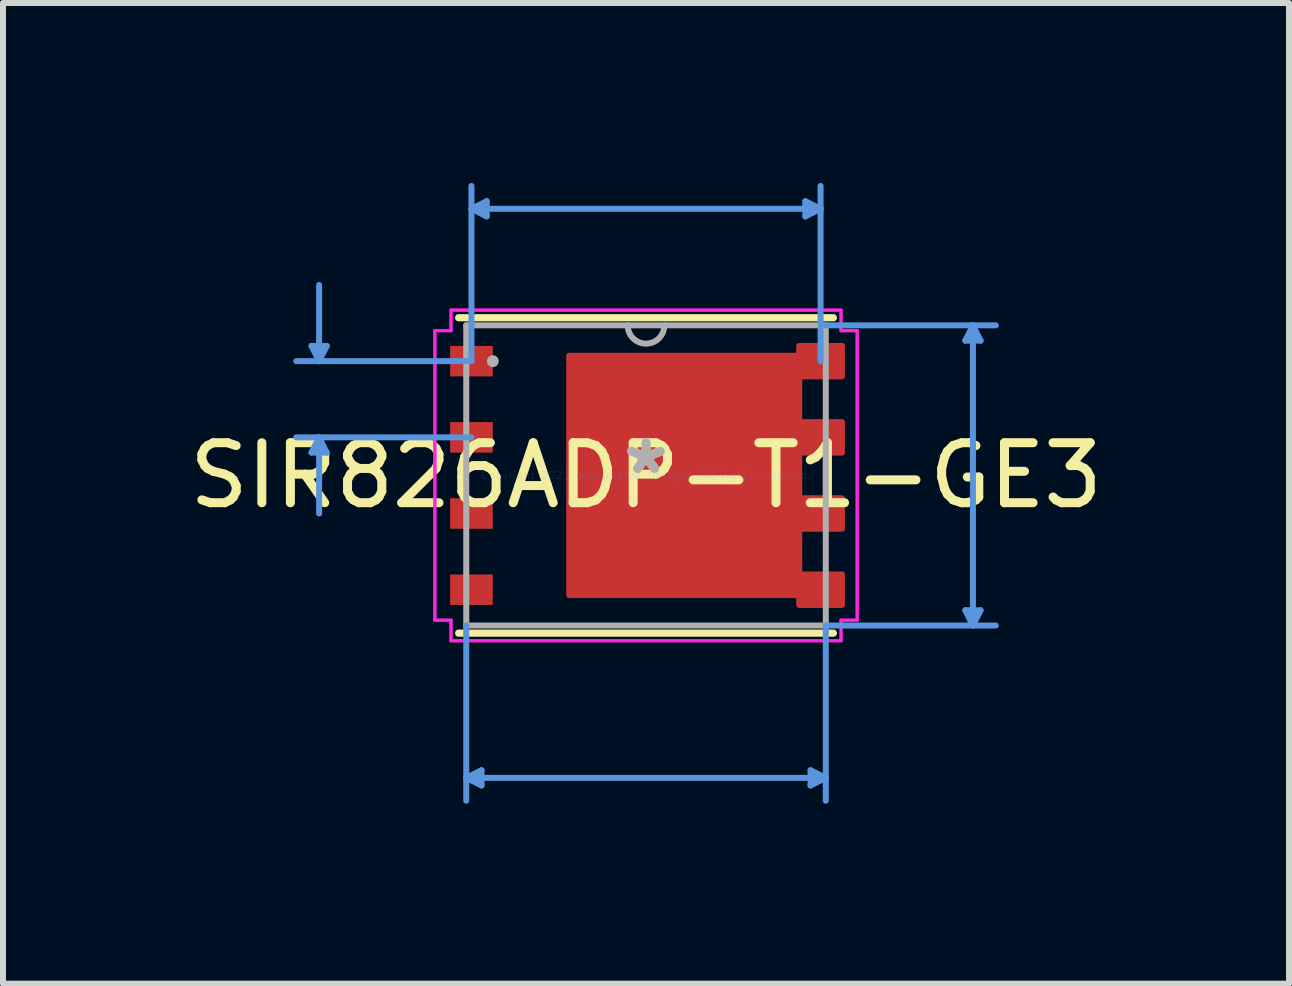
<source format=kicad_pcb>
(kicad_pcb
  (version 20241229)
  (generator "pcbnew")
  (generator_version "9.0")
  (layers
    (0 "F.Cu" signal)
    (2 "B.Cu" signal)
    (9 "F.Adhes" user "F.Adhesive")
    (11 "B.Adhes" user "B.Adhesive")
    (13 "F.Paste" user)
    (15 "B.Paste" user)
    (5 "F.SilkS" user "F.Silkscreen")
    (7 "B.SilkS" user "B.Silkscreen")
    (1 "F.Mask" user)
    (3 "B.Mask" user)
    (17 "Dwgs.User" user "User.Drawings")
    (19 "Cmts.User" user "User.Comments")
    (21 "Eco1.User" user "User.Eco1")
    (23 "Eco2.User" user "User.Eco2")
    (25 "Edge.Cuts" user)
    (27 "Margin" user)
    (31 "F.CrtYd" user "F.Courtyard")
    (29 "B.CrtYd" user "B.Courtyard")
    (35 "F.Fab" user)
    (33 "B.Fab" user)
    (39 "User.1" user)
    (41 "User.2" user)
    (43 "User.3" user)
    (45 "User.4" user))
  (footprint "SIR826ADP-T1-GE3"
    (layer "F.Cu")
    (at 7.72 4.876)
    (property "Reference" "SIR826ADP-T1-GE3" (at 0 0 0) (layer "F.SilkS") (effects (font (size 1 1) (thickness 0.15))))
    (attr through_hole)
    (fp_poly (pts (xy -1.281 -1.994) (xy 2.554 -1.994) (xy 2.554 -2.159) (xy 3.266 -2.159) (xy 3.266 -1.651) (xy 2.554 -1.651) (xy 2.554 -0.889) (xy 3.266 -0.889) (xy 3.266 -0.381) (xy 2.554 -0.381) (xy 2.554 0.381) (xy 3.266 0.381) (xy 3.266 0.889) (xy 2.554 0.889) (xy 2.554 1.651) (xy 3.266 1.651) (xy 3.266 2.159) (xy 2.554 2.159) (xy 2.554 1.994) (xy -1.281 1.994)) (stroke (width 0.1) (type solid)) (fill yes) (layer "F.Cu"))
    (fp_poly (pts (xy -1.281 -1.994) (xy 2.554 -1.994) (xy 2.554 -2.159) (xy 3.266 -2.159) (xy 3.266 -1.651) (xy 2.554 -1.651) (xy 2.554 -0.889) (xy 3.266 -0.889) (xy 3.266 -0.381) (xy 2.554 -0.381) (xy 2.554 0.381) (xy 3.266 0.381) (xy 3.266 0.889) (xy 2.554 0.889) (xy 2.554 1.651) (xy 3.266 1.651) (xy 3.266 2.159) (xy 2.554 2.159) (xy 2.554 1.994) (xy -1.281 1.994)) (stroke (width 0.1) (type solid)) (fill yes) (layer "F.Mask"))
    (fp_line (start -3.124 2.629) (end 3.124 2.629) (stroke (width 0.12) (type solid)) (layer "F.SilkS"))
    (fp_line (start 3.124 -2.629) (end -3.124 -2.629) (stroke (width 0.12) (type solid)) (layer "F.SilkS"))
    (fp_poly (pts (xy -1.818 -1.894) (xy -1.818 -0.765) (xy -0.739 -0.765) (xy -0.739 -1.894)) (stroke (width 0.1) (type solid)) (fill yes) (layer "F.Paste"))
    (fp_poly (pts (xy -1.818 -0.565) (xy -1.818 0.565) (xy -0.739 0.565) (xy -0.739 -0.565)) (stroke (width 0.1) (type solid)) (fill yes) (layer "F.Paste"))
    (fp_poly (pts (xy -1.818 0.765) (xy -1.818 1.894) (xy -0.739 1.894) (xy -0.739 0.765)) (stroke (width 0.1) (type solid)) (fill yes) (layer "F.Paste"))
    (fp_poly (pts (xy -0.539 -1.894) (xy -0.539 -0.765) (xy 0.539 -0.765) (xy 0.539 -1.894)) (stroke (width 0.1) (type solid)) (fill yes) (layer "F.Paste"))
    (fp_poly (pts (xy -0.539 -0.565) (xy -0.539 0.565) (xy 0.539 0.565) (xy 0.539 -0.565)) (stroke (width 0.1) (type solid)) (fill yes) (layer "F.Paste"))
    (fp_poly (pts (xy -0.539 0.765) (xy -0.539 1.894) (xy 0.539 1.894) (xy 0.539 0.765)) (stroke (width 0.1) (type solid)) (fill yes) (layer "F.Paste"))
    (fp_poly (pts (xy 0.739 -1.894) (xy 0.739 -0.765) (xy 1.818 -0.765) (xy 1.818 -1.894)) (stroke (width 0.1) (type solid)) (fill yes) (layer "F.Paste"))
    (fp_poly (pts (xy 0.739 -0.565) (xy 0.739 0.565) (xy 1.818 0.565) (xy 1.818 -0.565)) (stroke (width 0.1) (type solid)) (fill yes) (layer "F.Paste"))
    (fp_poly (pts (xy 0.739 0.765) (xy 0.739 1.894) (xy 1.818 1.894) (xy 1.818 0.765)) (stroke (width 0.1) (type solid)) (fill yes) (layer "F.Paste"))
    (fp_poly (pts (xy -1.281 -1.994) (xy 2.554 -1.994) (xy 2.554 -2.159) (xy 3.266 -2.159) (xy 3.266 -1.651) (xy 2.554 -1.651) (xy 2.554 -0.889) (xy 3.266 -0.889) (xy 3.266 -0.381) (xy 2.554 -0.381) (xy 2.554 0.381) (xy 3.266 0.381) (xy 3.266 0.889) (xy 2.554 0.889) (xy 2.554 1.651) (xy 3.266 1.651) (xy 3.266 2.159) (xy 2.554 2.159) (xy 2.554 1.994) (xy -1.281 1.994)) (stroke (width 0.1) (type solid)) (fill yes) (layer "F.Paste"))
    (fp_line (start -5.577 -2.159) (end -5.323 -2.159) (stroke (width 0.1) (type solid)) (layer "Cmts.User"))
    (fp_line (start -5.577 -0.381) (end -5.323 -0.381) (stroke (width 0.1) (type solid)) (layer "Cmts.User"))
    (fp_line (start -5.45 -1.905) (end -5.577 -2.159) (stroke (width 0.1) (type solid)) (layer "Cmts.User"))
    (fp_line (start -5.45 -1.905) (end -5.45 -3.175) (stroke (width 0.1) (type solid)) (layer "Cmts.User"))
    (fp_line (start -5.45 -1.905) (end -5.323 -2.159) (stroke (width 0.1) (type solid)) (layer "Cmts.User"))
    (fp_line (start -5.45 -0.635) (end -5.577 -0.381) (stroke (width 0.1) (type solid)) (layer "Cmts.User"))
    (fp_line (start -5.45 -0.635) (end -5.45 0.635) (stroke (width 0.1) (type solid)) (layer "Cmts.User"))
    (fp_line (start -5.45 -0.635) (end -5.323 -0.381) (stroke (width 0.1) (type solid)) (layer "Cmts.User"))
    (fp_line (start -2.997 2.502) (end -2.997 5.423) (stroke (width 0.1) (type solid)) (layer "Cmts.User"))
    (fp_line (start -2.997 5.042) (end -2.743 4.915) (stroke (width 0.1) (type solid)) (layer "Cmts.User"))
    (fp_line (start -2.997 5.042) (end -2.743 5.169) (stroke (width 0.1) (type solid)) (layer "Cmts.User"))
    (fp_line (start -2.997 5.042) (end 2.997 5.042) (stroke (width 0.1) (type solid)) (layer "Cmts.User"))
    (fp_line (start -2.91 -4.445) (end -2.656 -4.572) (stroke (width 0.1) (type solid)) (layer "Cmts.User"))
    (fp_line (start -2.91 -4.445) (end -2.656 -4.318) (stroke (width 0.1) (type solid)) (layer "Cmts.User"))
    (fp_line (start -2.91 -4.445) (end 2.91 -4.445) (stroke (width 0.1) (type solid)) (layer "Cmts.User"))
    (fp_line (start -2.91 -1.905) (end -5.831 -1.905) (stroke (width 0.1) (type solid)) (layer "Cmts.User"))
    (fp_line (start -2.91 -1.905) (end -2.91 -4.826) (stroke (width 0.1) (type solid)) (layer "Cmts.User"))
    (fp_line (start -2.91 -0.635) (end -5.831 -0.635) (stroke (width 0.1) (type solid)) (layer "Cmts.User"))
    (fp_line (start -2.743 4.915) (end -2.743 5.169) (stroke (width 0.1) (type solid)) (layer "Cmts.User"))
    (fp_line (start -2.656 -4.572) (end -2.656 -4.318) (stroke (width 0.1) (type solid)) (layer "Cmts.User"))
    (fp_line (start 2.656 -4.572) (end 2.656 -4.318) (stroke (width 0.1) (type solid)) (layer "Cmts.User"))
    (fp_line (start 2.743 4.915) (end 2.743 5.169) (stroke (width 0.1) (type solid)) (layer "Cmts.User"))
    (fp_line (start 2.91 -4.445) (end 2.656 -4.572) (stroke (width 0.1) (type solid)) (layer "Cmts.User"))
    (fp_line (start 2.91 -4.445) (end 2.656 -4.318) (stroke (width 0.1) (type solid)) (layer "Cmts.User"))
    (fp_line (start 2.91 -1.905) (end 2.91 -4.826) (stroke (width 0.1) (type solid)) (layer "Cmts.User"))
    (fp_line (start 2.997 -2.502) (end 5.831 -2.502) (stroke (width 0.1) (type solid)) (layer "Cmts.User"))
    (fp_line (start 2.997 2.502) (end 2.997 5.423) (stroke (width 0.1) (type solid)) (layer "Cmts.User"))
    (fp_line (start 2.997 2.502) (end 5.831 2.502) (stroke (width 0.1) (type solid)) (layer "Cmts.User"))
    (fp_line (start 2.997 5.042) (end 2.743 4.915) (stroke (width 0.1) (type solid)) (layer "Cmts.User"))
    (fp_line (start 2.997 5.042) (end 2.743 5.169) (stroke (width 0.1) (type solid)) (layer "Cmts.User"))
    (fp_line (start 5.323 -2.248) (end 5.577 -2.248) (stroke (width 0.1) (type solid)) (layer "Cmts.User"))
    (fp_line (start 5.323 2.248) (end 5.577 2.248) (stroke (width 0.1) (type solid)) (layer "Cmts.User"))
    (fp_line (start 5.45 -2.502) (end 5.323 -2.248) (stroke (width 0.1) (type solid)) (layer "Cmts.User"))
    (fp_line (start 5.45 -2.502) (end 5.45 2.502) (stroke (width 0.1) (type solid)) (layer "Cmts.User"))
    (fp_line (start 5.45 -2.502) (end 5.577 -2.248) (stroke (width 0.1) (type solid)) (layer "Cmts.User"))
    (fp_line (start 5.45 2.502) (end 5.323 2.248) (stroke (width 0.1) (type solid)) (layer "Cmts.User"))
    (fp_line (start 5.45 2.502) (end 5.577 2.248) (stroke (width 0.1) (type solid)) (layer "Cmts.User"))
    (fp_line (start -3.52 -2.413) (end -3.251 -2.413) (stroke (width 0.05) (type solid)) (layer "F.CrtYd"))
    (fp_line (start -3.52 -2.413) (end -3.251 -2.413) (stroke (width 0.05) (type solid)) (layer "F.CrtYd"))
    (fp_line (start -3.52 2.413) (end -3.52 -2.413) (stroke (width 0.05) (type solid)) (layer "F.CrtYd"))
    (fp_line (start -3.52 2.413) (end -3.52 -2.413) (stroke (width 0.05) (type solid)) (layer "F.CrtYd"))
    (fp_line (start -3.52 2.413) (end -3.251 2.413) (stroke (width 0.05) (type solid)) (layer "F.CrtYd"))
    (fp_line (start -3.251 -2.756) (end 3.251 -2.756) (stroke (width 0.05) (type solid)) (layer "F.CrtYd"))
    (fp_line (start -3.251 -2.756) (end 3.251 -2.756) (stroke (width 0.05) (type solid)) (layer "F.CrtYd"))
    (fp_line (start -3.251 -2.413) (end -3.251 -2.756) (stroke (width 0.05) (type solid)) (layer "F.CrtYd"))
    (fp_line (start -3.251 -2.413) (end -3.251 -2.756) (stroke (width 0.05) (type solid)) (layer "F.CrtYd"))
    (fp_line (start -3.251 2.413) (end -3.52 2.413) (stroke (width 0.05) (type solid)) (layer "F.CrtYd"))
    (fp_line (start -3.251 2.756) (end -3.251 2.413) (stroke (width 0.05) (type solid)) (layer "F.CrtYd"))
    (fp_line (start -3.251 2.756) (end -3.251 2.413) (stroke (width 0.05) (type solid)) (layer "F.CrtYd"))
    (fp_line (start 3.251 -2.756) (end 3.251 -2.413) (stroke (width 0.05) (type solid)) (layer "F.CrtYd"))
    (fp_line (start 3.251 -2.756) (end 3.251 -2.413) (stroke (width 0.05) (type solid)) (layer "F.CrtYd"))
    (fp_line (start 3.251 -2.413) (end 3.52 -2.413) (stroke (width 0.05) (type solid)) (layer "F.CrtYd"))
    (fp_line (start 3.251 2.413) (end 3.251 2.756) (stroke (width 0.05) (type solid)) (layer "F.CrtYd"))
    (fp_line (start 3.251 2.413) (end 3.251 2.756) (stroke (width 0.05) (type solid)) (layer "F.CrtYd"))
    (fp_line (start 3.251 2.756) (end -3.251 2.756) (stroke (width 0.05) (type solid)) (layer "F.CrtYd"))
    (fp_line (start 3.251 2.756) (end -3.251 2.756) (stroke (width 0.05) (type solid)) (layer "F.CrtYd"))
    (fp_line (start 3.52 -2.413) (end 3.251 -2.413) (stroke (width 0.05) (type solid)) (layer "F.CrtYd"))
    (fp_line (start 3.52 -2.413) (end 3.52 2.413) (stroke (width 0.05) (type solid)) (layer "F.CrtYd"))
    (fp_line (start 3.52 -2.413) (end 3.52 2.413) (stroke (width 0.05) (type solid)) (layer "F.CrtYd"))
    (fp_line (start 3.52 2.413) (end 3.251 2.413) (stroke (width 0.05) (type solid)) (layer "F.CrtYd"))
    (fp_line (start 3.52 2.413) (end 3.251 2.413) (stroke (width 0.05) (type solid)) (layer "F.CrtYd"))
    (fp_line (start -2.997 -2.502) (end -2.997 2.502) (stroke (width 0.1) (type solid)) (layer "F.Fab"))
    (fp_line (start -2.997 2.502) (end 2.997 2.502) (stroke (width 0.1) (type solid)) (layer "F.Fab"))
    (fp_line (start 2.997 -2.502) (end -2.997 -2.502) (stroke (width 0.1) (type solid)) (layer "F.Fab"))
    (fp_line (start 2.997 2.502) (end 2.997 -2.502) (stroke (width 0.1) (type solid)) (layer "F.Fab"))
    (fp_arc (start 0.3048 -2.5019) (mid 0 -2.1971) (end -0.3048 -2.5019) (stroke (width 0.1) (type solid)) (layer "F.Fab"))
    (fp_circle (center -2.554 -1.905) (end -2.554 -1.905) (stroke (width 0.1) (type solid)) (fill no) (layer "F.Fab"))
    (fp_text user "*" (at 0 0 0) (layer "F.SilkS") (effects (font (size 1 1) (thickness 0.15))))
    (fp_text user "Copyright 2021 Accelerated Designs. All rights reserved." (at 0 0 0) (layer "Cmts.User") (effects (font (size 0.127 0.127) (thickness 0.002))))
    (fp_text user "*" (at 0 0 0) (layer "F.Fab") (effects (font (size 1 1) (thickness 0.15))))
    (pad "1" smd rect (at -2.91 -1.905) (size 0.711 0.508) (layers "F.Cu" "F.Mask" "F.Paste"))
    (pad "2" smd rect (at -2.91 -0.635) (size 0.711 0.508) (layers "F.Cu" "F.Mask" "F.Paste"))
    (pad "3" smd rect (at -2.91 0.635) (size 0.711 0.508) (layers "F.Cu" "F.Mask" "F.Paste"))
    (pad "4" smd rect (at -2.91 1.905) (size 0.711 0.508) (layers "F.Cu" "F.Mask" "F.Paste"))
    (pad "5" smd rect (at 2.91 1.905) (size 0.711 0.508) (layers "F.Cu" "F.Mask" "F.Paste"))
    (pad "6" smd rect (at 2.91 0.635) (size 0.711 0.508) (layers "F.Cu" "F.Mask" "F.Paste"))
    (pad "7" smd rect (at 2.91 -0.635) (size 0.711 0.508) (layers "F.Cu" "F.Mask" "F.Paste"))
    (pad "8" smd rect (at 2.91 -1.905) (size 0.711 0.508) (layers "F.Cu" "F.Mask" "F.Paste")))
  (gr_rect
    (start -3 -3)
    (end 18.44 13.349)
    (stroke (width 0.1) (type default))
    (fill no)
    (layer "Edge.Cuts")))
</source>
